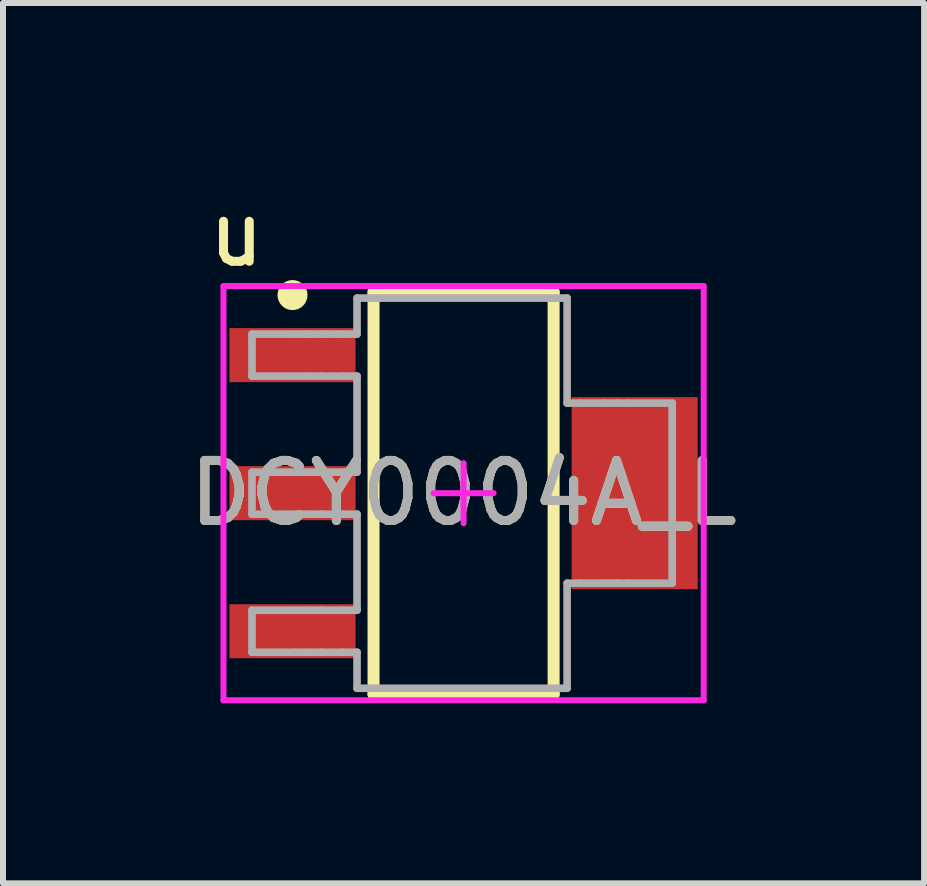
<source format=kicad_pcb>
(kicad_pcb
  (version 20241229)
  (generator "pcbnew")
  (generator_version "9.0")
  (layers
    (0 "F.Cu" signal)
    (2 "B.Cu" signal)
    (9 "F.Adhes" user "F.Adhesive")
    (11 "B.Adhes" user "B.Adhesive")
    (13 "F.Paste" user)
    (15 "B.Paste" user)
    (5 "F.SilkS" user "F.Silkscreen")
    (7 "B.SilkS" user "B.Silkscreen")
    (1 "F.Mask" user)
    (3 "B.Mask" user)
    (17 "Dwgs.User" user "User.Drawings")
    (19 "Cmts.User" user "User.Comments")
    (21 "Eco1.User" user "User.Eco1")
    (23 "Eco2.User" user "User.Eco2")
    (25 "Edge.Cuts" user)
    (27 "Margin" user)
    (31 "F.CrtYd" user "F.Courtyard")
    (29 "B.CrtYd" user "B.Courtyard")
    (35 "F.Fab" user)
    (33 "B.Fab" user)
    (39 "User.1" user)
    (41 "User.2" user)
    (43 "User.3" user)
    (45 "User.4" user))
  (footprint "DCY0004A_L"
    (layer "F.Cu")
    (at 4.673 5.166)
    (property "Reference" "DCY0004A_L" (at 0 0 0) (unlocked yes) (layer "F.SilkS") (effects (font (size 1 1) (thickness 0.15))))
    (attr smd)
    (fp_line (start -1.5 -3.35) (end 1.5 -3.35) (stroke (width 0.2) (type solid)) (layer "F.SilkS"))
    (fp_line (start -1.5 3.35) (end -1.5 -3.35) (stroke (width 0.2) (type solid)) (layer "F.SilkS"))
    (fp_line (start -1.5 3.35) (end 1.5 3.35) (stroke (width 0.2) (type solid)) (layer "F.SilkS"))
    (fp_line (start 1.5 3.35) (end 1.5 -3.35) (stroke (width 0.2) (type solid)) (layer "F.SilkS"))
    (fp_circle (center -2.85 -3.3) (end -2.725 -3.3) (stroke (width 0.25) (type solid)) (fill no) (layer "F.SilkS"))
    (fp_line (start -4 -3.45) (end 4 -3.45) (stroke (width 0.1) (type solid)) (layer "F.CrtYd"))
    (fp_line (start -4 3.45) (end -4 -3.45) (stroke (width 0.1) (type solid)) (layer "F.CrtYd"))
    (fp_line (start -4 3.45) (end 4 3.45) (stroke (width 0.1) (type solid)) (layer "F.CrtYd"))
    (fp_line (start -0.5 0) (end 0.5 0) (stroke (width 0.1) (type solid)) (layer "F.CrtYd"))
    (fp_line (start 0 0.5) (end 0 -0.5) (stroke (width 0.1) (type solid)) (layer "F.CrtYd"))
    (fp_line (start 4 3.45) (end 4 -3.45) (stroke (width 0.1) (type solid)) (layer "F.CrtYd"))
    (fp_line (start -3.525 -2.65) (end -2.797 -2.65) (stroke (width 0.127) (type solid)) (layer "F.Fab"))
    (fp_line (start -3.525 -1.95) (end -3.525 -2.65) (stroke (width 0.127) (type solid)) (layer "F.Fab"))
    (fp_line (start -3.525 -1.95) (end -2.797 -1.95) (stroke (width 0.127) (type solid)) (layer "F.Fab"))
    (fp_line (start -3.525 -0.35) (end -2.797 -0.35) (stroke (width 0.127) (type solid)) (layer "F.Fab"))
    (fp_line (start -3.525 0.35) (end -3.525 -0.35) (stroke (width 0.127) (type solid)) (layer "F.Fab"))
    (fp_line (start -3.525 0.35) (end -2.797 0.35) (stroke (width 0.127) (type solid)) (layer "F.Fab"))
    (fp_line (start -3.525 1.95) (end -2.797 1.95) (stroke (width 0.127) (type solid)) (layer "F.Fab"))
    (fp_line (start -3.525 2.65) (end -3.525 1.95) (stroke (width 0.127) (type solid)) (layer "F.Fab"))
    (fp_line (start -3.525 2.65) (end -2.797 2.65) (stroke (width 0.127) (type solid)) (layer "F.Fab"))
    (fp_line (start -2.797 -2.65) (end -2.612 -2.65) (stroke (width 0.127) (type solid)) (layer "F.Fab"))
    (fp_line (start -2.797 -1.95) (end -2.612 -1.95) (stroke (width 0.127) (type solid)) (layer "F.Fab"))
    (fp_line (start -2.797 -0.35) (end -2.612 -0.35) (stroke (width 0.127) (type solid)) (layer "F.Fab"))
    (fp_line (start -2.797 0.35) (end -2.612 0.35) (stroke (width 0.127) (type solid)) (layer "F.Fab"))
    (fp_line (start -2.797 1.95) (end -2.612 1.95) (stroke (width 0.127) (type solid)) (layer "F.Fab"))
    (fp_line (start -2.797 2.65) (end -2.612 2.65) (stroke (width 0.127) (type solid)) (layer "F.Fab"))
    (fp_line (start -2.612 -2.65) (end -2.374 -2.65) (stroke (width 0.127) (type solid)) (layer "F.Fab"))
    (fp_line (start -2.612 -1.95) (end -2.374 -1.95) (stroke (width 0.127) (type solid)) (layer "F.Fab"))
    (fp_line (start -2.612 -0.35) (end -2.374 -0.35) (stroke (width 0.127) (type solid)) (layer "F.Fab"))
    (fp_line (start -2.612 0.35) (end -2.374 0.35) (stroke (width 0.127) (type solid)) (layer "F.Fab"))
    (fp_line (start -2.612 1.95) (end -2.374 1.95) (stroke (width 0.127) (type solid)) (layer "F.Fab"))
    (fp_line (start -2.612 2.65) (end -2.374 2.65) (stroke (width 0.127) (type solid)) (layer "F.Fab"))
    (fp_line (start -2.374 -2.65) (end -2.003 -2.65) (stroke (width 0.127) (type solid)) (layer "F.Fab"))
    (fp_line (start -2.374 -1.95) (end -2.003 -1.95) (stroke (width 0.127) (type solid)) (layer "F.Fab"))
    (fp_line (start -2.374 -0.35) (end -2.003 -0.35) (stroke (width 0.127) (type solid)) (layer "F.Fab"))
    (fp_line (start -2.374 0.35) (end -2.003 0.35) (stroke (width 0.127) (type solid)) (layer "F.Fab"))
    (fp_line (start -2.374 1.95) (end -2.003 1.95) (stroke (width 0.127) (type solid)) (layer "F.Fab"))
    (fp_line (start -2.374 2.65) (end -2.003 2.65) (stroke (width 0.127) (type solid)) (layer "F.Fab"))
    (fp_line (start -2.003 -2.65) (end -1.775 -2.65) (stroke (width 0.127) (type solid)) (layer "F.Fab"))
    (fp_line (start -2.003 -1.95) (end -1.775 -1.95) (stroke (width 0.127) (type solid)) (layer "F.Fab"))
    (fp_line (start -2.003 -0.35) (end -1.775 -0.35) (stroke (width 0.127) (type solid)) (layer "F.Fab"))
    (fp_line (start -2.003 0.35) (end -1.775 0.35) (stroke (width 0.127) (type solid)) (layer "F.Fab"))
    (fp_line (start -2.003 1.95) (end -1.775 1.95) (stroke (width 0.127) (type solid)) (layer "F.Fab"))
    (fp_line (start -2.003 2.65) (end -1.775 2.65) (stroke (width 0.127) (type solid)) (layer "F.Fab"))
    (fp_line (start -1.775 -3.25) (end 1.725 -3.25) (stroke (width 0.127) (type solid)) (layer "F.Fab"))
    (fp_line (start -1.775 -2.65) (end -1.775 -3.25) (stroke (width 0.127) (type solid)) (layer "F.Fab"))
    (fp_line (start -1.775 -0.35) (end -1.775 -1.95) (stroke (width 0.127) (type solid)) (layer "F.Fab"))
    (fp_line (start -1.775 1.95) (end -1.775 0.35) (stroke (width 0.127) (type solid)) (layer "F.Fab"))
    (fp_line (start -1.775 3.25) (end -1.775 2.65) (stroke (width 0.127) (type solid)) (layer "F.Fab"))
    (fp_line (start -1.775 3.25) (end 1.725 3.25) (stroke (width 0.127) (type solid)) (layer "F.Fab"))
    (fp_line (start 1.725 -1.5) (end 1.725 -3.25) (stroke (width 0.127) (type solid)) (layer "F.Fab"))
    (fp_line (start 1.725 -1.5) (end 1.953 -1.5) (stroke (width 0.127) (type solid)) (layer "F.Fab"))
    (fp_line (start 1.725 1.5) (end 1.953 1.5) (stroke (width 0.127) (type solid)) (layer "F.Fab"))
    (fp_line (start 1.725 3.25) (end 1.725 1.5) (stroke (width 0.127) (type solid)) (layer "F.Fab"))
    (fp_line (start 1.953 -1.5) (end 2.324 -1.5) (stroke (width 0.127) (type solid)) (layer "F.Fab"))
    (fp_line (start 1.953 1.5) (end 2.324 1.5) (stroke (width 0.127) (type solid)) (layer "F.Fab"))
    (fp_line (start 2.324 -1.5) (end 2.562 -1.5) (stroke (width 0.127) (type solid)) (layer "F.Fab"))
    (fp_line (start 2.324 1.5) (end 2.562 1.5) (stroke (width 0.127) (type solid)) (layer "F.Fab"))
    (fp_line (start 2.562 -1.5) (end 2.747 -1.5) (stroke (width 0.127) (type solid)) (layer "F.Fab"))
    (fp_line (start 2.562 1.5) (end 2.747 1.5) (stroke (width 0.127) (type solid)) (layer "F.Fab"))
    (fp_line (start 2.747 -1.5) (end 3.475 -1.5) (stroke (width 0.127) (type solid)) (layer "F.Fab"))
    (fp_line (start 2.747 1.5) (end 3.475 1.5) (stroke (width 0.127) (type solid)) (layer "F.Fab"))
    (fp_line (start 3.475 1.5) (end 3.475 -1.5) (stroke (width 0.127) (type solid)) (layer "F.Fab"))
    (fp_text user "u" (at -3.785 -4.318 0) (unlocked yes) (layer "F.SilkS") (effects (font (size 1 1) (thickness 0.15))))
    (fp_text user "${REFERENCE}" (at 0 0 0) (unlocked yes) (layer "F.Fab") (effects (font (size 1 1) (thickness 0.15))))
    (pad "1" smd rect (at -2.85 -2.3 90) (size 0.9 2.1) (layers "F.Cu" "F.Mask" "F.Paste"))
    (pad "2" smd rect (at -2.85 0 90) (size 0.9 2.1) (layers "F.Cu" "F.Mask" "F.Paste"))
    (pad "3" smd rect (at -2.85 2.3 90) (size 0.9 2.1) (layers "F.Cu" "F.Mask" "F.Paste"))
    (pad "4" smd rect (at 2.85 0 90) (size 3.2 2.1) (layers "F.Cu" "F.Mask" "F.Paste")))
  (gr_rect
    (start -3 -3)
    (end 12.345 11.666)
    (stroke (width 0.1) (type default))
    (fill no)
    (layer "Edge.Cuts")))
</source>
